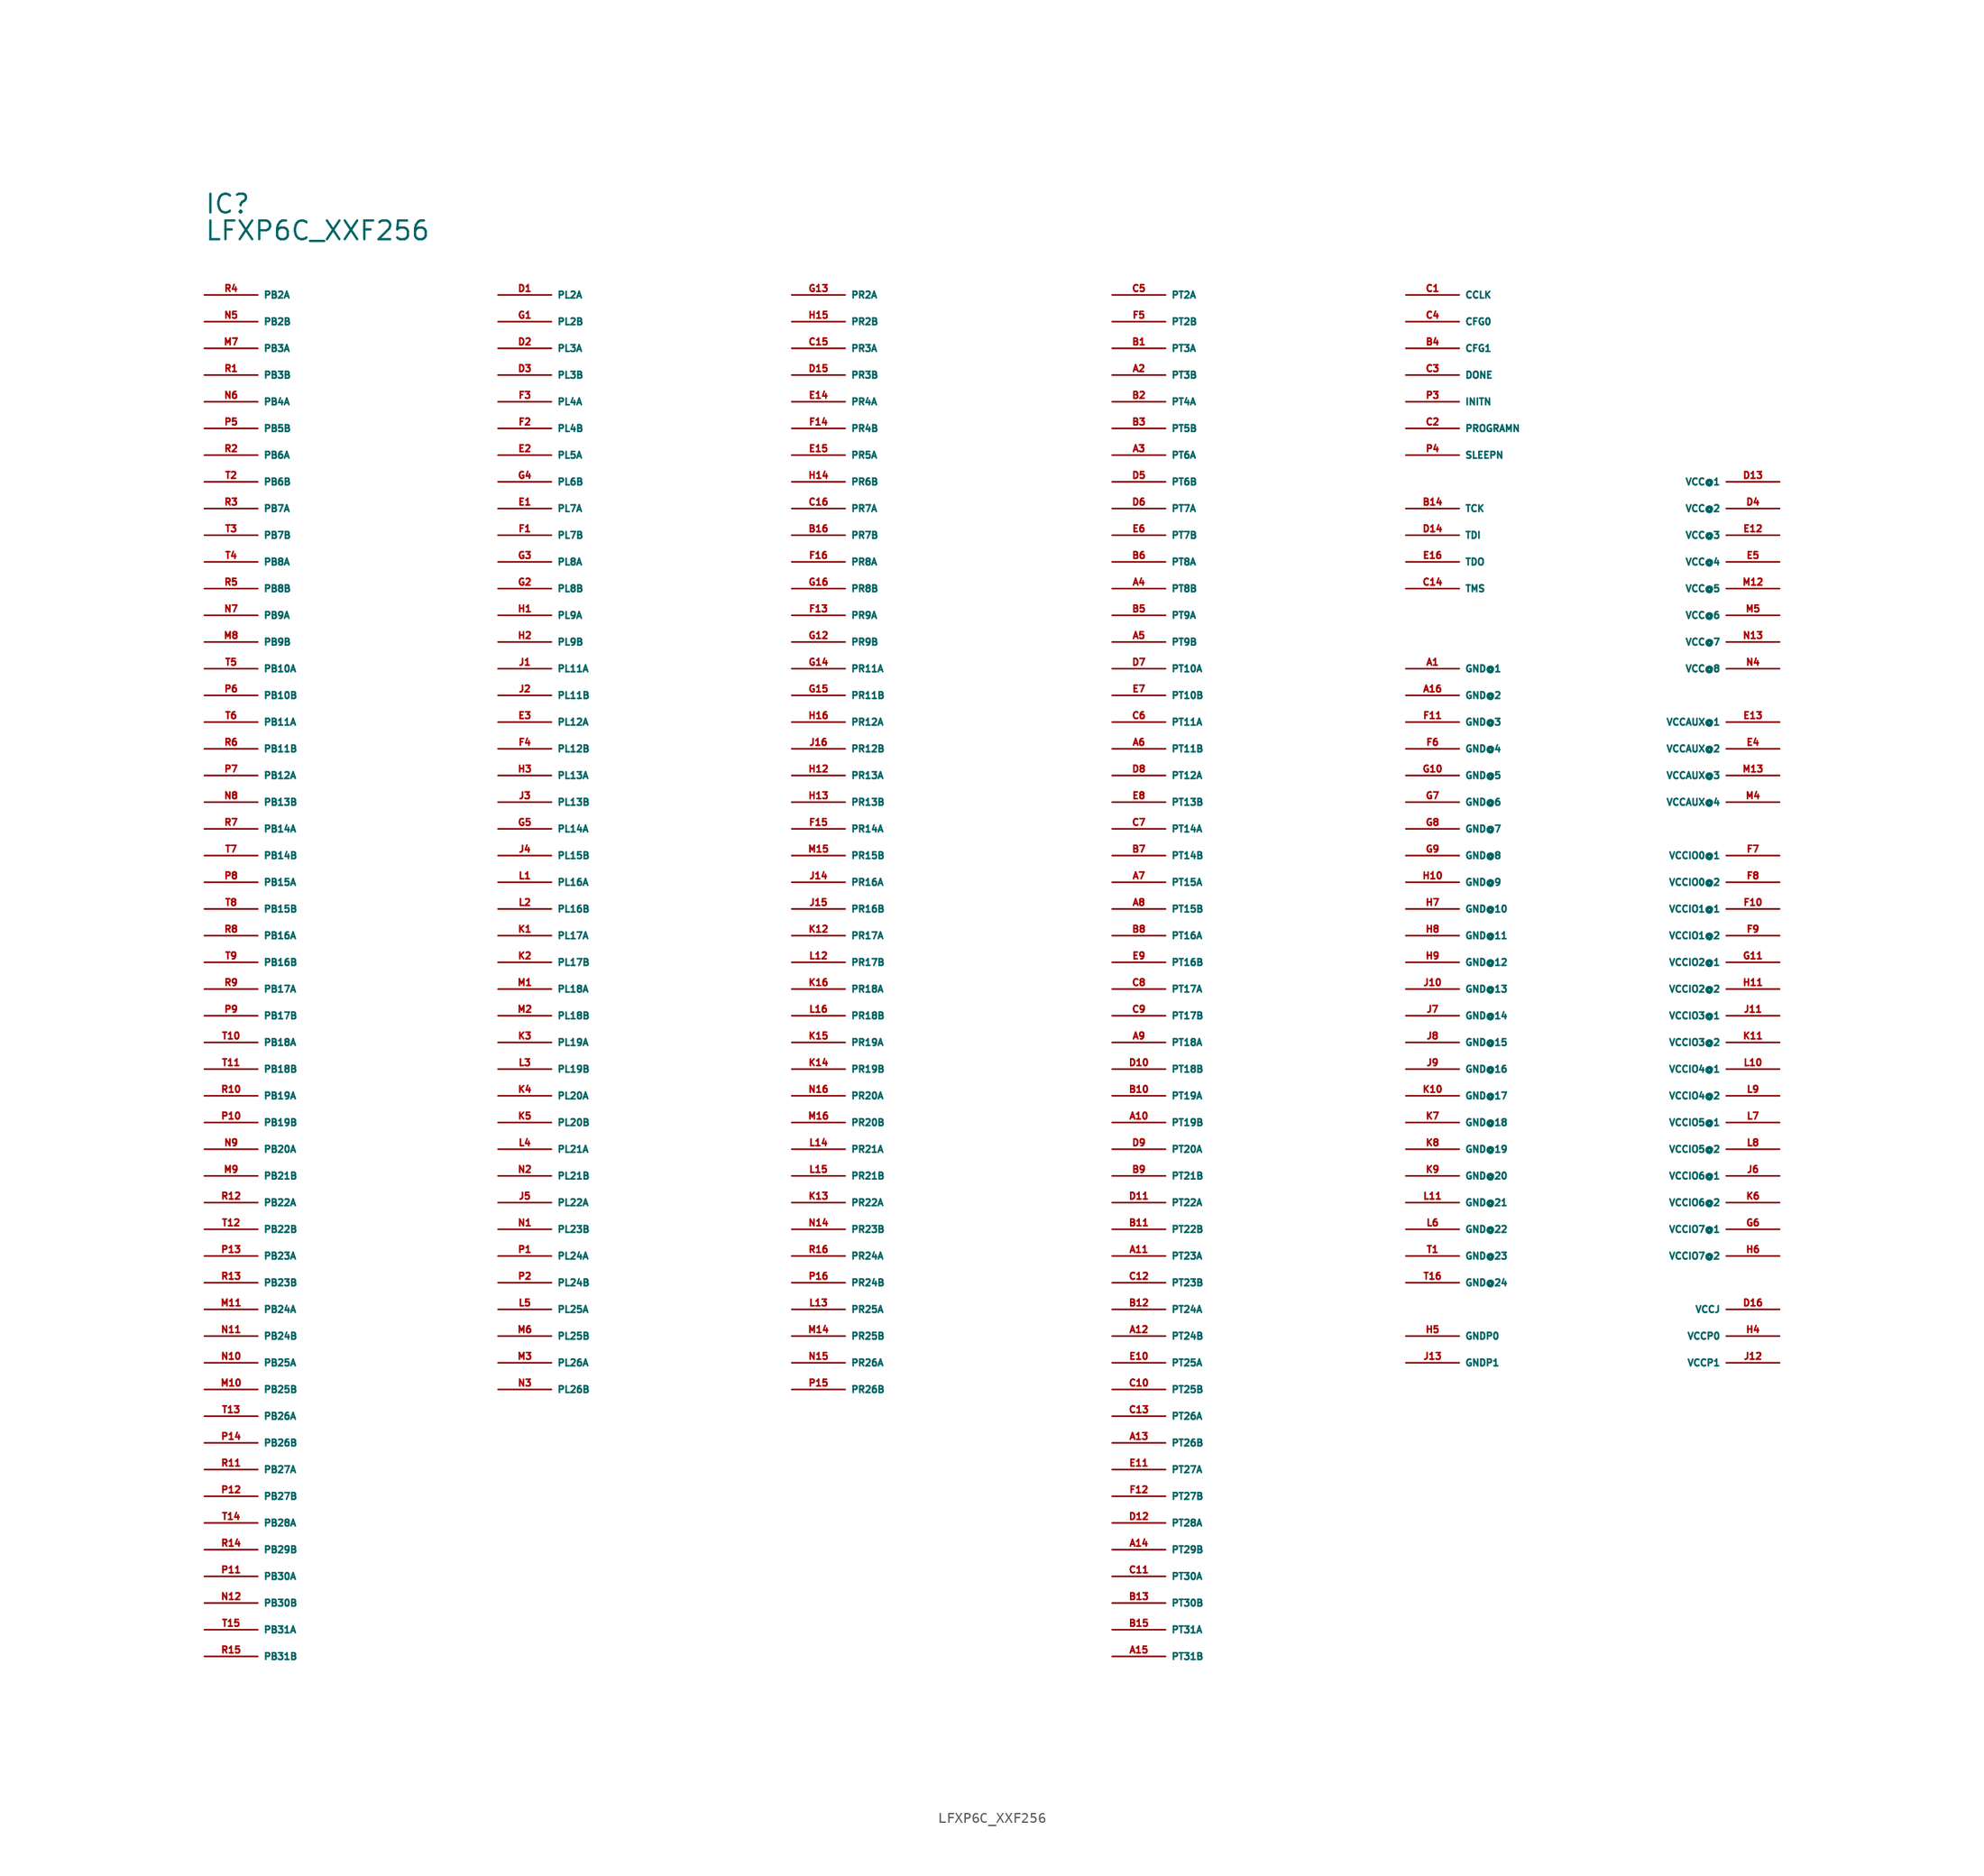
<source format=kicad_sym>
(kicad_symbol_lib
  (version 20220914)
  (generator Eagle2Kicad)
  (symbol "LFXP6C_XXF256"
    (property "Reference" "IC"
      (at -63.5 73.66 0)
      (effects (font (size 1.778 1.778) (thickness 0.22)) (justify left bottom)))
    (property "Value" "LFXP6C_XXF256"
      (at -63.5 71.12 0)
      (effects (font (size 1.778 1.778) (thickness 0.22)) (justify left bottom)))
    (pin input line
      (at 50.8 53.34 0)
      (length 5.08)
      (name "PROGRAMN" (effects (font (size 0.635 0.635) (thickness 0.08)) (justify left bottom)))
      (number "C2" (effects (font (size 0.635 0.635) (thickness 0.08)) (justify left bottom))))
    (pin bidirectional line
      (at 50.8 66.04 0)
      (length 5.08)
      (name "CCLK" (effects (font (size 0.635 0.635) (thickness 0.08)) (justify left bottom)))
      (number "C1" (effects (font (size 0.635 0.635) (thickness 0.08)) (justify left bottom))))
    (pin bidirectional line
      (at -35.56 66.04 0)
      (length 5.08)
      (name "PL2A" (effects (font (size 0.635 0.635) (thickness 0.08)) (justify left bottom)))
      (number "D1" (effects (font (size 0.635 0.635) (thickness 0.08)) (justify left bottom))))
    (pin bidirectional line
      (at -35.56 63.5 0)
      (length 5.08)
      (name "PL2B" (effects (font (size 0.635 0.635) (thickness 0.08)) (justify left bottom)))
      (number "G1" (effects (font (size 0.635 0.635) (thickness 0.08)) (justify left bottom))))
    (pin bidirectional line
      (at -35.56 60.96 0)
      (length 5.08)
      (name "PL3A" (effects (font (size 0.635 0.635) (thickness 0.08)) (justify left bottom)))
      (number "D2" (effects (font (size 0.635 0.635) (thickness 0.08)) (justify left bottom))))
    (pin bidirectional line
      (at -35.56 58.42 0)
      (length 5.08)
      (name "PL3B" (effects (font (size 0.635 0.635) (thickness 0.08)) (justify left bottom)))
      (number "D3" (effects (font (size 0.635 0.635) (thickness 0.08)) (justify left bottom))))
    (pin bidirectional line
      (at -35.56 55.88 0)
      (length 5.08)
      (name "PL4A" (effects (font (size 0.635 0.635) (thickness 0.08)) (justify left bottom)))
      (number "F3" (effects (font (size 0.635 0.635) (thickness 0.08)) (justify left bottom))))
    (pin bidirectional line
      (at -35.56 53.34 0)
      (length 5.08)
      (name "PL4B" (effects (font (size 0.635 0.635) (thickness 0.08)) (justify left bottom)))
      (number "F2" (effects (font (size 0.635 0.635) (thickness 0.08)) (justify left bottom))))
    (pin bidirectional line
      (at -35.56 50.8 0)
      (length 5.08)
      (name "PL5A" (effects (font (size 0.635 0.635) (thickness 0.08)) (justify left bottom)))
      (number "E2" (effects (font (size 0.635 0.635) (thickness 0.08)) (justify left bottom))))
    (pin bidirectional line
      (at -35.56 48.26 0)
      (length 5.08)
      (name "PL6B" (effects (font (size 0.635 0.635) (thickness 0.08)) (justify left bottom)))
      (number "G4" (effects (font (size 0.635 0.635) (thickness 0.08)) (justify left bottom))))
    (pin bidirectional line
      (at -35.56 45.72 0)
      (length 5.08)
      (name "PL7A" (effects (font (size 0.635 0.635) (thickness 0.08)) (justify left bottom)))
      (number "E1" (effects (font (size 0.635 0.635) (thickness 0.08)) (justify left bottom))))
    (pin bidirectional line
      (at -35.56 43.18 0)
      (length 5.08)
      (name "PL7B" (effects (font (size 0.635 0.635) (thickness 0.08)) (justify left bottom)))
      (number "F1" (effects (font (size 0.635 0.635) (thickness 0.08)) (justify left bottom))))
    (pin bidirectional line
      (at -35.56 40.64 0)
      (length 5.08)
      (name "PL8A" (effects (font (size 0.635 0.635) (thickness 0.08)) (justify left bottom)))
      (number "G3" (effects (font (size 0.635 0.635) (thickness 0.08)) (justify left bottom))))
    (pin bidirectional line
      (at -35.56 38.1 0)
      (length 5.08)
      (name "PL8B" (effects (font (size 0.635 0.635) (thickness 0.08)) (justify left bottom)))
      (number "G2" (effects (font (size 0.635 0.635) (thickness 0.08)) (justify left bottom))))
    (pin bidirectional line
      (at -35.56 35.56 0)
      (length 5.08)
      (name "PL9A" (effects (font (size 0.635 0.635) (thickness 0.08)) (justify left bottom)))
      (number "H1" (effects (font (size 0.635 0.635) (thickness 0.08)) (justify left bottom))))
    (pin bidirectional line
      (at -35.56 33.02 0)
      (length 5.08)
      (name "PL9B" (effects (font (size 0.635 0.635) (thickness 0.08)) (justify left bottom)))
      (number "H2" (effects (font (size 0.635 0.635) (thickness 0.08)) (justify left bottom))))
    (pin bidirectional line
      (at -35.56 30.48 0)
      (length 5.08)
      (name "PL11A" (effects (font (size 0.635 0.635) (thickness 0.08)) (justify left bottom)))
      (number "J1" (effects (font (size 0.635 0.635) (thickness 0.08)) (justify left bottom))))
    (pin bidirectional line
      (at -35.56 27.94 0)
      (length 5.08)
      (name "PL11B" (effects (font (size 0.635 0.635) (thickness 0.08)) (justify left bottom)))
      (number "J2" (effects (font (size 0.635 0.635) (thickness 0.08)) (justify left bottom))))
    (pin bidirectional line
      (at -35.56 25.4 0)
      (length 5.08)
      (name "PL12A" (effects (font (size 0.635 0.635) (thickness 0.08)) (justify left bottom)))
      (number "E3" (effects (font (size 0.635 0.635) (thickness 0.08)) (justify left bottom))))
    (pin bidirectional line
      (at -35.56 22.86 0)
      (length 5.08)
      (name "PL12B" (effects (font (size 0.635 0.635) (thickness 0.08)) (justify left bottom)))
      (number "F4" (effects (font (size 0.635 0.635) (thickness 0.08)) (justify left bottom))))
    (pin bidirectional line
      (at -35.56 20.32 0)
      (length 5.08)
      (name "PL13A" (effects (font (size 0.635 0.635) (thickness 0.08)) (justify left bottom)))
      (number "H3" (effects (font (size 0.635 0.635) (thickness 0.08)) (justify left bottom))))
    (pin bidirectional line
      (at -35.56 17.78 0)
      (length 5.08)
      (name "PL13B" (effects (font (size 0.635 0.635) (thickness 0.08)) (justify left bottom)))
      (number "J3" (effects (font (size 0.635 0.635) (thickness 0.08)) (justify left bottom))))
    (pin bidirectional line
      (at -35.56 15.24 0)
      (length 5.08)
      (name "PL14A" (effects (font (size 0.635 0.635) (thickness 0.08)) (justify left bottom)))
      (number "G5" (effects (font (size 0.635 0.635) (thickness 0.08)) (justify left bottom))))
    (pin unspecified line
      (at 86.36 -33.02 180)
      (length 5.08)
      (name "VCCP0" (effects (font (size 0.635 0.635) (thickness 0.08)) (justify left bottom)))
      (number "H4" (effects (font (size 0.635 0.635) (thickness 0.08)) (justify left bottom))))
    (pin unspecified line
      (at 50.8 -33.02 0)
      (length 5.08)
      (name "GNDP0" (effects (font (size 0.635 0.635) (thickness 0.08)) (justify left bottom)))
      (number "H5" (effects (font (size 0.635 0.635) (thickness 0.08)) (justify left bottom))))
    (pin bidirectional line
      (at -35.56 12.7 0)
      (length 5.08)
      (name "PL15B" (effects (font (size 0.635 0.635) (thickness 0.08)) (justify left bottom)))
      (number "J4" (effects (font (size 0.635 0.635) (thickness 0.08)) (justify left bottom))))
    (pin bidirectional line
      (at -35.56 10.16 0)
      (length 5.08)
      (name "PL16A" (effects (font (size 0.635 0.635) (thickness 0.08)) (justify left bottom)))
      (number "L1" (effects (font (size 0.635 0.635) (thickness 0.08)) (justify left bottom))))
    (pin bidirectional line
      (at -35.56 7.62 0)
      (length 5.08)
      (name "PL16B" (effects (font (size 0.635 0.635) (thickness 0.08)) (justify left bottom)))
      (number "L2" (effects (font (size 0.635 0.635) (thickness 0.08)) (justify left bottom))))
    (pin bidirectional line
      (at -35.56 5.08 0)
      (length 5.08)
      (name "PL17A" (effects (font (size 0.635 0.635) (thickness 0.08)) (justify left bottom)))
      (number "K1" (effects (font (size 0.635 0.635) (thickness 0.08)) (justify left bottom))))
    (pin bidirectional line
      (at -35.56 2.54 0)
      (length 5.08)
      (name "PL17B" (effects (font (size 0.635 0.635) (thickness 0.08)) (justify left bottom)))
      (number "K2" (effects (font (size 0.635 0.635) (thickness 0.08)) (justify left bottom))))
    (pin bidirectional line
      (at -35.56 0 0)
      (length 5.08)
      (name "PL18A" (effects (font (size 0.635 0.635) (thickness 0.08)) (justify left bottom)))
      (number "M1" (effects (font (size 0.635 0.635) (thickness 0.08)) (justify left bottom))))
    (pin bidirectional line
      (at -35.56 -2.54 0)
      (length 5.08)
      (name "PL18B" (effects (font (size 0.635 0.635) (thickness 0.08)) (justify left bottom)))
      (number "M2" (effects (font (size 0.635 0.635) (thickness 0.08)) (justify left bottom))))
    (pin bidirectional line
      (at -35.56 -5.08 0)
      (length 5.08)
      (name "PL19A" (effects (font (size 0.635 0.635) (thickness 0.08)) (justify left bottom)))
      (number "K3" (effects (font (size 0.635 0.635) (thickness 0.08)) (justify left bottom))))
    (pin bidirectional line
      (at -35.56 -7.62 0)
      (length 5.08)
      (name "PL19B" (effects (font (size 0.635 0.635) (thickness 0.08)) (justify left bottom)))
      (number "L3" (effects (font (size 0.635 0.635) (thickness 0.08)) (justify left bottom))))
    (pin bidirectional line
      (at -35.56 -10.16 0)
      (length 5.08)
      (name "PL20A" (effects (font (size 0.635 0.635) (thickness 0.08)) (justify left bottom)))
      (number "K4" (effects (font (size 0.635 0.635) (thickness 0.08)) (justify left bottom))))
    (pin bidirectional line
      (at -35.56 -12.7 0)
      (length 5.08)
      (name "PL20B" (effects (font (size 0.635 0.635) (thickness 0.08)) (justify left bottom)))
      (number "K5" (effects (font (size 0.635 0.635) (thickness 0.08)) (justify left bottom))))
    (pin bidirectional line
      (at -35.56 -15.24 0)
      (length 5.08)
      (name "PL21A" (effects (font (size 0.635 0.635) (thickness 0.08)) (justify left bottom)))
      (number "L4" (effects (font (size 0.635 0.635) (thickness 0.08)) (justify left bottom))))
    (pin bidirectional line
      (at -35.56 -17.78 0)
      (length 5.08)
      (name "PL21B" (effects (font (size 0.635 0.635) (thickness 0.08)) (justify left bottom)))
      (number "N2" (effects (font (size 0.635 0.635) (thickness 0.08)) (justify left bottom))))
    (pin bidirectional line
      (at -35.56 -20.32 0)
      (length 5.08)
      (name "PL22A" (effects (font (size 0.635 0.635) (thickness 0.08)) (justify left bottom)))
      (number "J5" (effects (font (size 0.635 0.635) (thickness 0.08)) (justify left bottom))))
    (pin bidirectional line
      (at -35.56 -22.86 0)
      (length 5.08)
      (name "PL23B" (effects (font (size 0.635 0.635) (thickness 0.08)) (justify left bottom)))
      (number "N1" (effects (font (size 0.635 0.635) (thickness 0.08)) (justify left bottom))))
    (pin bidirectional line
      (at -35.56 -25.4 0)
      (length 5.08)
      (name "PL24A" (effects (font (size 0.635 0.635) (thickness 0.08)) (justify left bottom)))
      (number "P1" (effects (font (size 0.635 0.635) (thickness 0.08)) (justify left bottom))))
    (pin bidirectional line
      (at -35.56 -27.94 0)
      (length 5.08)
      (name "PL24B" (effects (font (size 0.635 0.635) (thickness 0.08)) (justify left bottom)))
      (number "P2" (effects (font (size 0.635 0.635) (thickness 0.08)) (justify left bottom))))
    (pin bidirectional line
      (at -35.56 -30.48 0)
      (length 5.08)
      (name "PL25A" (effects (font (size 0.635 0.635) (thickness 0.08)) (justify left bottom)))
      (number "L5" (effects (font (size 0.635 0.635) (thickness 0.08)) (justify left bottom))))
    (pin bidirectional line
      (at -35.56 -33.02 0)
      (length 5.08)
      (name "PL25B" (effects (font (size 0.635 0.635) (thickness 0.08)) (justify left bottom)))
      (number "M6" (effects (font (size 0.635 0.635) (thickness 0.08)) (justify left bottom))))
    (pin bidirectional line
      (at -35.56 -35.56 0)
      (length 5.08)
      (name "PL26A" (effects (font (size 0.635 0.635) (thickness 0.08)) (justify left bottom)))
      (number "M3" (effects (font (size 0.635 0.635) (thickness 0.08)) (justify left bottom))))
    (pin bidirectional line
      (at -35.56 -38.1 0)
      (length 5.08)
      (name "PL26B" (effects (font (size 0.635 0.635) (thickness 0.08)) (justify left bottom)))
      (number "N3" (effects (font (size 0.635 0.635) (thickness 0.08)) (justify left bottom))))
    (pin input line
      (at 50.8 50.8 0)
      (length 5.08)
      (name "SLEEPN" (effects (font (size 0.635 0.635) (thickness 0.08)) (justify left bottom)))
      (number "P4" (effects (font (size 0.635 0.635) (thickness 0.08)) (justify left bottom))))
    (pin bidirectional line
      (at 50.8 55.88 0)
      (length 5.08)
      (name "INITN" (effects (font (size 0.635 0.635) (thickness 0.08)) (justify left bottom)))
      (number "P3" (effects (font (size 0.635 0.635) (thickness 0.08)) (justify left bottom))))
    (pin bidirectional line
      (at -63.5 66.04 0)
      (length 5.08)
      (name "PB2A" (effects (font (size 0.635 0.635) (thickness 0.08)) (justify left bottom)))
      (number "R4" (effects (font (size 0.635 0.635) (thickness 0.08)) (justify left bottom))))
    (pin bidirectional line
      (at -63.5 63.5 0)
      (length 5.08)
      (name "PB2B" (effects (font (size 0.635 0.635) (thickness 0.08)) (justify left bottom)))
      (number "N5" (effects (font (size 0.635 0.635) (thickness 0.08)) (justify left bottom))))
    (pin bidirectional line
      (at -63.5 60.96 0)
      (length 5.08)
      (name "PB3A" (effects (font (size 0.635 0.635) (thickness 0.08)) (justify left bottom)))
      (number "M7" (effects (font (size 0.635 0.635) (thickness 0.08)) (justify left bottom))))
    (pin bidirectional line
      (at -63.5 58.42 0)
      (length 5.08)
      (name "PB3B" (effects (font (size 0.635 0.635) (thickness 0.08)) (justify left bottom)))
      (number "R1" (effects (font (size 0.635 0.635) (thickness 0.08)) (justify left bottom))))
    (pin bidirectional line
      (at -63.5 55.88 0)
      (length 5.08)
      (name "PB4A" (effects (font (size 0.635 0.635) (thickness 0.08)) (justify left bottom)))
      (number "N6" (effects (font (size 0.635 0.635) (thickness 0.08)) (justify left bottom))))
    (pin bidirectional line
      (at -63.5 53.34 0)
      (length 5.08)
      (name "PB5B" (effects (font (size 0.635 0.635) (thickness 0.08)) (justify left bottom)))
      (number "P5" (effects (font (size 0.635 0.635) (thickness 0.08)) (justify left bottom))))
    (pin bidirectional line
      (at -63.5 50.8 0)
      (length 5.08)
      (name "PB6A" (effects (font (size 0.635 0.635) (thickness 0.08)) (justify left bottom)))
      (number "R2" (effects (font (size 0.635 0.635) (thickness 0.08)) (justify left bottom))))
    (pin bidirectional line
      (at -63.5 48.26 0)
      (length 5.08)
      (name "PB6B" (effects (font (size 0.635 0.635) (thickness 0.08)) (justify left bottom)))
      (number "T2" (effects (font (size 0.635 0.635) (thickness 0.08)) (justify left bottom))))
    (pin bidirectional line
      (at -63.5 45.72 0)
      (length 5.08)
      (name "PB7A" (effects (font (size 0.635 0.635) (thickness 0.08)) (justify left bottom)))
      (number "R3" (effects (font (size 0.635 0.635) (thickness 0.08)) (justify left bottom))))
    (pin bidirectional line
      (at -63.5 43.18 0)
      (length 5.08)
      (name "PB7B" (effects (font (size 0.635 0.635) (thickness 0.08)) (justify left bottom)))
      (number "T3" (effects (font (size 0.635 0.635) (thickness 0.08)) (justify left bottom))))
    (pin bidirectional line
      (at -63.5 40.64 0)
      (length 5.08)
      (name "PB8A" (effects (font (size 0.635 0.635) (thickness 0.08)) (justify left bottom)))
      (number "T4" (effects (font (size 0.635 0.635) (thickness 0.08)) (justify left bottom))))
    (pin bidirectional line
      (at -63.5 38.1 0)
      (length 5.08)
      (name "PB8B" (effects (font (size 0.635 0.635) (thickness 0.08)) (justify left bottom)))
      (number "R5" (effects (font (size 0.635 0.635) (thickness 0.08)) (justify left bottom))))
    (pin bidirectional line
      (at -63.5 35.56 0)
      (length 5.08)
      (name "PB9A" (effects (font (size 0.635 0.635) (thickness 0.08)) (justify left bottom)))
      (number "N7" (effects (font (size 0.635 0.635) (thickness 0.08)) (justify left bottom))))
    (pin bidirectional line
      (at -63.5 33.02 0)
      (length 5.08)
      (name "PB9B" (effects (font (size 0.635 0.635) (thickness 0.08)) (justify left bottom)))
      (number "M8" (effects (font (size 0.635 0.635) (thickness 0.08)) (justify left bottom))))
    (pin bidirectional line
      (at -63.5 30.48 0)
      (length 5.08)
      (name "PB10A" (effects (font (size 0.635 0.635) (thickness 0.08)) (justify left bottom)))
      (number "T5" (effects (font (size 0.635 0.635) (thickness 0.08)) (justify left bottom))))
    (pin bidirectional line
      (at -63.5 27.94 0)
      (length 5.08)
      (name "PB10B" (effects (font (size 0.635 0.635) (thickness 0.08)) (justify left bottom)))
      (number "P6" (effects (font (size 0.635 0.635) (thickness 0.08)) (justify left bottom))))
    (pin bidirectional line
      (at -63.5 25.4 0)
      (length 5.08)
      (name "PB11A" (effects (font (size 0.635 0.635) (thickness 0.08)) (justify left bottom)))
      (number "T6" (effects (font (size 0.635 0.635) (thickness 0.08)) (justify left bottom))))
    (pin bidirectional line
      (at -63.5 22.86 0)
      (length 5.08)
      (name "PB11B" (effects (font (size 0.635 0.635) (thickness 0.08)) (justify left bottom)))
      (number "R6" (effects (font (size 0.635 0.635) (thickness 0.08)) (justify left bottom))))
    (pin bidirectional line
      (at -63.5 20.32 0)
      (length 5.08)
      (name "PB12A" (effects (font (size 0.635 0.635) (thickness 0.08)) (justify left bottom)))
      (number "P7" (effects (font (size 0.635 0.635) (thickness 0.08)) (justify left bottom))))
    (pin bidirectional line
      (at -63.5 17.78 0)
      (length 5.08)
      (name "PB13B" (effects (font (size 0.635 0.635) (thickness 0.08)) (justify left bottom)))
      (number "N8" (effects (font (size 0.635 0.635) (thickness 0.08)) (justify left bottom))))
    (pin bidirectional line
      (at -63.5 15.24 0)
      (length 5.08)
      (name "PB14A" (effects (font (size 0.635 0.635) (thickness 0.08)) (justify left bottom)))
      (number "R7" (effects (font (size 0.635 0.635) (thickness 0.08)) (justify left bottom))))
    (pin bidirectional line
      (at -63.5 12.7 0)
      (length 5.08)
      (name "PB14B" (effects (font (size 0.635 0.635) (thickness 0.08)) (justify left bottom)))
      (number "T7" (effects (font (size 0.635 0.635) (thickness 0.08)) (justify left bottom))))
    (pin bidirectional line
      (at -63.5 10.16 0)
      (length 5.08)
      (name "PB15A" (effects (font (size 0.635 0.635) (thickness 0.08)) (justify left bottom)))
      (number "P8" (effects (font (size 0.635 0.635) (thickness 0.08)) (justify left bottom))))
    (pin bidirectional line
      (at -63.5 7.62 0)
      (length 5.08)
      (name "PB15B" (effects (font (size 0.635 0.635) (thickness 0.08)) (justify left bottom)))
      (number "T8" (effects (font (size 0.635 0.635) (thickness 0.08)) (justify left bottom))))
    (pin bidirectional line
      (at -63.5 5.08 0)
      (length 5.08)
      (name "PB16A" (effects (font (size 0.635 0.635) (thickness 0.08)) (justify left bottom)))
      (number "R8" (effects (font (size 0.635 0.635) (thickness 0.08)) (justify left bottom))))
    (pin bidirectional line
      (at -63.5 2.54 0)
      (length 5.08)
      (name "PB16B" (effects (font (size 0.635 0.635) (thickness 0.08)) (justify left bottom)))
      (number "T9" (effects (font (size 0.635 0.635) (thickness 0.08)) (justify left bottom))))
    (pin bidirectional line
      (at -63.5 0 0)
      (length 5.08)
      (name "PB17A" (effects (font (size 0.635 0.635) (thickness 0.08)) (justify left bottom)))
      (number "R9" (effects (font (size 0.635 0.635) (thickness 0.08)) (justify left bottom))))
    (pin bidirectional line
      (at -63.5 -2.54 0)
      (length 5.08)
      (name "PB17B" (effects (font (size 0.635 0.635) (thickness 0.08)) (justify left bottom)))
      (number "P9" (effects (font (size 0.635 0.635) (thickness 0.08)) (justify left bottom))))
    (pin bidirectional line
      (at -63.5 -5.08 0)
      (length 5.08)
      (name "PB18A" (effects (font (size 0.635 0.635) (thickness 0.08)) (justify left bottom)))
      (number "T10" (effects (font (size 0.635 0.635) (thickness 0.08)) (justify left bottom))))
    (pin bidirectional line
      (at -63.5 -7.62 0)
      (length 5.08)
      (name "PB18B" (effects (font (size 0.635 0.635) (thickness 0.08)) (justify left bottom)))
      (number "T11" (effects (font (size 0.635 0.635) (thickness 0.08)) (justify left bottom))))
    (pin bidirectional line
      (at -63.5 -10.16 0)
      (length 5.08)
      (name "PB19A" (effects (font (size 0.635 0.635) (thickness 0.08)) (justify left bottom)))
      (number "R10" (effects (font (size 0.635 0.635) (thickness 0.08)) (justify left bottom))))
    (pin bidirectional line
      (at -63.5 -12.7 0)
      (length 5.08)
      (name "PB19B" (effects (font (size 0.635 0.635) (thickness 0.08)) (justify left bottom)))
      (number "P10" (effects (font (size 0.635 0.635) (thickness 0.08)) (justify left bottom))))
    (pin bidirectional line
      (at -63.5 -15.24 0)
      (length 5.08)
      (name "PB20A" (effects (font (size 0.635 0.635) (thickness 0.08)) (justify left bottom)))
      (number "N9" (effects (font (size 0.635 0.635) (thickness 0.08)) (justify left bottom))))
    (pin bidirectional line
      (at -63.5 -17.78 0)
      (length 5.08)
      (name "PB21B" (effects (font (size 0.635 0.635) (thickness 0.08)) (justify left bottom)))
      (number "M9" (effects (font (size 0.635 0.635) (thickness 0.08)) (justify left bottom))))
    (pin bidirectional line
      (at -63.5 -20.32 0)
      (length 5.08)
      (name "PB22A" (effects (font (size 0.635 0.635) (thickness 0.08)) (justify left bottom)))
      (number "R12" (effects (font (size 0.635 0.635) (thickness 0.08)) (justify left bottom))))
    (pin bidirectional line
      (at -63.5 -22.86 0)
      (length 5.08)
      (name "PB22B" (effects (font (size 0.635 0.635) (thickness 0.08)) (justify left bottom)))
      (number "T12" (effects (font (size 0.635 0.635) (thickness 0.08)) (justify left bottom))))
    (pin bidirectional line
      (at -63.5 -25.4 0)
      (length 5.08)
      (name "PB23A" (effects (font (size 0.635 0.635) (thickness 0.08)) (justify left bottom)))
      (number "P13" (effects (font (size 0.635 0.635) (thickness 0.08)) (justify left bottom))))
    (pin bidirectional line
      (at -63.5 -27.94 0)
      (length 5.08)
      (name "PB23B" (effects (font (size 0.635 0.635) (thickness 0.08)) (justify left bottom)))
      (number "R13" (effects (font (size 0.635 0.635) (thickness 0.08)) (justify left bottom))))
    (pin bidirectional line
      (at -63.5 -30.48 0)
      (length 5.08)
      (name "PB24A" (effects (font (size 0.635 0.635) (thickness 0.08)) (justify left bottom)))
      (number "M11" (effects (font (size 0.635 0.635) (thickness 0.08)) (justify left bottom))))
    (pin bidirectional line
      (at -63.5 -33.02 0)
      (length 5.08)
      (name "PB24B" (effects (font (size 0.635 0.635) (thickness 0.08)) (justify left bottom)))
      (number "N11" (effects (font (size 0.635 0.635) (thickness 0.08)) (justify left bottom))))
    (pin bidirectional line
      (at -63.5 -35.56 0)
      (length 5.08)
      (name "PB25A" (effects (font (size 0.635 0.635) (thickness 0.08)) (justify left bottom)))
      (number "N10" (effects (font (size 0.635 0.635) (thickness 0.08)) (justify left bottom))))
    (pin bidirectional line
      (at -63.5 -38.1 0)
      (length 5.08)
      (name "PB25B" (effects (font (size 0.635 0.635) (thickness 0.08)) (justify left bottom)))
      (number "M10" (effects (font (size 0.635 0.635) (thickness 0.08)) (justify left bottom))))
    (pin bidirectional line
      (at -63.5 -40.64 0)
      (length 5.08)
      (name "PB26A" (effects (font (size 0.635 0.635) (thickness 0.08)) (justify left bottom)))
      (number "T13" (effects (font (size 0.635 0.635) (thickness 0.08)) (justify left bottom))))
    (pin bidirectional line
      (at -63.5 -43.18 0)
      (length 5.08)
      (name "PB26B" (effects (font (size 0.635 0.635) (thickness 0.08)) (justify left bottom)))
      (number "P14" (effects (font (size 0.635 0.635) (thickness 0.08)) (justify left bottom))))
    (pin bidirectional line
      (at -63.5 -45.72 0)
      (length 5.08)
      (name "PB27A" (effects (font (size 0.635 0.635) (thickness 0.08)) (justify left bottom)))
      (number "R11" (effects (font (size 0.635 0.635) (thickness 0.08)) (justify left bottom))))
    (pin bidirectional line
      (at -63.5 -48.26 0)
      (length 5.08)
      (name "PB27B" (effects (font (size 0.635 0.635) (thickness 0.08)) (justify left bottom)))
      (number "P12" (effects (font (size 0.635 0.635) (thickness 0.08)) (justify left bottom))))
    (pin bidirectional line
      (at -63.5 -50.8 0)
      (length 5.08)
      (name "PB28A" (effects (font (size 0.635 0.635) (thickness 0.08)) (justify left bottom)))
      (number "T14" (effects (font (size 0.635 0.635) (thickness 0.08)) (justify left bottom))))
    (pin bidirectional line
      (at -63.5 -53.34 0)
      (length 5.08)
      (name "PB29B" (effects (font (size 0.635 0.635) (thickness 0.08)) (justify left bottom)))
      (number "R14" (effects (font (size 0.635 0.635) (thickness 0.08)) (justify left bottom))))
    (pin bidirectional line
      (at -63.5 -55.88 0)
      (length 5.08)
      (name "PB30A" (effects (font (size 0.635 0.635) (thickness 0.08)) (justify left bottom)))
      (number "P11" (effects (font (size 0.635 0.635) (thickness 0.08)) (justify left bottom))))
    (pin bidirectional line
      (at -63.5 -58.42 0)
      (length 5.08)
      (name "PB30B" (effects (font (size 0.635 0.635) (thickness 0.08)) (justify left bottom)))
      (number "N12" (effects (font (size 0.635 0.635) (thickness 0.08)) (justify left bottom))))
    (pin bidirectional line
      (at -63.5 -60.96 0)
      (length 5.08)
      (name "PB31A" (effects (font (size 0.635 0.635) (thickness 0.08)) (justify left bottom)))
      (number "T15" (effects (font (size 0.635 0.635) (thickness 0.08)) (justify left bottom))))
    (pin bidirectional line
      (at -63.5 -63.5 0)
      (length 5.08)
      (name "PB31B" (effects (font (size 0.635 0.635) (thickness 0.08)) (justify left bottom)))
      (number "R15" (effects (font (size 0.635 0.635) (thickness 0.08)) (justify left bottom))))
    (pin bidirectional line
      (at -7.62 -38.1 0)
      (length 5.08)
      (name "PR26B" (effects (font (size 0.635 0.635) (thickness 0.08)) (justify left bottom)))
      (number "P15" (effects (font (size 0.635 0.635) (thickness 0.08)) (justify left bottom))))
    (pin bidirectional line
      (at -7.62 -35.56 0)
      (length 5.08)
      (name "PR26A" (effects (font (size 0.635 0.635) (thickness 0.08)) (justify left bottom)))
      (number "N15" (effects (font (size 0.635 0.635) (thickness 0.08)) (justify left bottom))))
    (pin bidirectional line
      (at -7.62 -33.02 0)
      (length 5.08)
      (name "PR25B" (effects (font (size 0.635 0.635) (thickness 0.08)) (justify left bottom)))
      (number "M14" (effects (font (size 0.635 0.635) (thickness 0.08)) (justify left bottom))))
    (pin bidirectional line
      (at -7.62 -30.48 0)
      (length 5.08)
      (name "PR25A" (effects (font (size 0.635 0.635) (thickness 0.08)) (justify left bottom)))
      (number "L13" (effects (font (size 0.635 0.635) (thickness 0.08)) (justify left bottom))))
    (pin bidirectional line
      (at -7.62 -27.94 0)
      (length 5.08)
      (name "PR24B" (effects (font (size 0.635 0.635) (thickness 0.08)) (justify left bottom)))
      (number "P16" (effects (font (size 0.635 0.635) (thickness 0.08)) (justify left bottom))))
    (pin bidirectional line
      (at -7.62 -25.4 0)
      (length 5.08)
      (name "PR24A" (effects (font (size 0.635 0.635) (thickness 0.08)) (justify left bottom)))
      (number "R16" (effects (font (size 0.635 0.635) (thickness 0.08)) (justify left bottom))))
    (pin bidirectional line
      (at -7.62 -22.86 0)
      (length 5.08)
      (name "PR23B" (effects (font (size 0.635 0.635) (thickness 0.08)) (justify left bottom)))
      (number "N14" (effects (font (size 0.635 0.635) (thickness 0.08)) (justify left bottom))))
    (pin bidirectional line
      (at -7.62 -20.32 0)
      (length 5.08)
      (name "PR22A" (effects (font (size 0.635 0.635) (thickness 0.08)) (justify left bottom)))
      (number "K13" (effects (font (size 0.635 0.635) (thickness 0.08)) (justify left bottom))))
    (pin bidirectional line
      (at -7.62 -17.78 0)
      (length 5.08)
      (name "PR21B" (effects (font (size 0.635 0.635) (thickness 0.08)) (justify left bottom)))
      (number "L15" (effects (font (size 0.635 0.635) (thickness 0.08)) (justify left bottom))))
    (pin bidirectional line
      (at -7.62 -15.24 0)
      (length 5.08)
      (name "PR21A" (effects (font (size 0.635 0.635) (thickness 0.08)) (justify left bottom)))
      (number "L14" (effects (font (size 0.635 0.635) (thickness 0.08)) (justify left bottom))))
    (pin bidirectional line
      (at -7.62 -12.7 0)
      (length 5.08)
      (name "PR20B" (effects (font (size 0.635 0.635) (thickness 0.08)) (justify left bottom)))
      (number "M16" (effects (font (size 0.635 0.635) (thickness 0.08)) (justify left bottom))))
    (pin bidirectional line
      (at -7.62 -10.16 0)
      (length 5.08)
      (name "PR20A" (effects (font (size 0.635 0.635) (thickness 0.08)) (justify left bottom)))
      (number "N16" (effects (font (size 0.635 0.635) (thickness 0.08)) (justify left bottom))))
    (pin bidirectional line
      (at -7.62 -7.62 0)
      (length 5.08)
      (name "PR19B" (effects (font (size 0.635 0.635) (thickness 0.08)) (justify left bottom)))
      (number "K14" (effects (font (size 0.635 0.635) (thickness 0.08)) (justify left bottom))))
    (pin bidirectional line
      (at -7.62 -5.08 0)
      (length 5.08)
      (name "PR19A" (effects (font (size 0.635 0.635) (thickness 0.08)) (justify left bottom)))
      (number "K15" (effects (font (size 0.635 0.635) (thickness 0.08)) (justify left bottom))))
    (pin bidirectional line
      (at -7.62 -2.54 0)
      (length 5.08)
      (name "PR18B" (effects (font (size 0.635 0.635) (thickness 0.08)) (justify left bottom)))
      (number "L16" (effects (font (size 0.635 0.635) (thickness 0.08)) (justify left bottom))))
    (pin bidirectional line
      (at -7.62 0 0)
      (length 5.08)
      (name "PR18A" (effects (font (size 0.635 0.635) (thickness 0.08)) (justify left bottom)))
      (number "K16" (effects (font (size 0.635 0.635) (thickness 0.08)) (justify left bottom))))
    (pin bidirectional line
      (at -7.62 2.54 0)
      (length 5.08)
      (name "PR17B" (effects (font (size 0.635 0.635) (thickness 0.08)) (justify left bottom)))
      (number "L12" (effects (font (size 0.635 0.635) (thickness 0.08)) (justify left bottom))))
    (pin bidirectional line
      (at -7.62 5.08 0)
      (length 5.08)
      (name "PR17A" (effects (font (size 0.635 0.635) (thickness 0.08)) (justify left bottom)))
      (number "K12" (effects (font (size 0.635 0.635) (thickness 0.08)) (justify left bottom))))
    (pin bidirectional line
      (at -7.62 7.62 0)
      (length 5.08)
      (name "PR16B" (effects (font (size 0.635 0.635) (thickness 0.08)) (justify left bottom)))
      (number "J15" (effects (font (size 0.635 0.635) (thickness 0.08)) (justify left bottom))))
    (pin bidirectional line
      (at -7.62 10.16 0)
      (length 5.08)
      (name "PR16A" (effects (font (size 0.635 0.635) (thickness 0.08)) (justify left bottom)))
      (number "J14" (effects (font (size 0.635 0.635) (thickness 0.08)) (justify left bottom))))
    (pin bidirectional line
      (at -7.62 12.7 0)
      (length 5.08)
      (name "PR15B" (effects (font (size 0.635 0.635) (thickness 0.08)) (justify left bottom)))
      (number "M15" (effects (font (size 0.635 0.635) (thickness 0.08)) (justify left bottom))))
    (pin unspecified line
      (at 50.8 -35.56 0)
      (length 5.08)
      (name "GNDP1" (effects (font (size 0.635 0.635) (thickness 0.08)) (justify left bottom)))
      (number "J13" (effects (font (size 0.635 0.635) (thickness 0.08)) (justify left bottom))))
    (pin unspecified line
      (at 86.36 -35.56 180)
      (length 5.08)
      (name "VCCP1" (effects (font (size 0.635 0.635) (thickness 0.08)) (justify left bottom)))
      (number "J12" (effects (font (size 0.635 0.635) (thickness 0.08)) (justify left bottom))))
    (pin bidirectional line
      (at -7.62 15.24 0)
      (length 5.08)
      (name "PR14A" (effects (font (size 0.635 0.635) (thickness 0.08)) (justify left bottom)))
      (number "F15" (effects (font (size 0.635 0.635) (thickness 0.08)) (justify left bottom))))
    (pin bidirectional line
      (at -7.62 17.78 0)
      (length 5.08)
      (name "PR13B" (effects (font (size 0.635 0.635) (thickness 0.08)) (justify left bottom)))
      (number "H13" (effects (font (size 0.635 0.635) (thickness 0.08)) (justify left bottom))))
    (pin bidirectional line
      (at -7.62 20.32 0)
      (length 5.08)
      (name "PR13A" (effects (font (size 0.635 0.635) (thickness 0.08)) (justify left bottom)))
      (number "H12" (effects (font (size 0.635 0.635) (thickness 0.08)) (justify left bottom))))
    (pin bidirectional line
      (at -7.62 22.86 0)
      (length 5.08)
      (name "PR12B" (effects (font (size 0.635 0.635) (thickness 0.08)) (justify left bottom)))
      (number "J16" (effects (font (size 0.635 0.635) (thickness 0.08)) (justify left bottom))))
    (pin bidirectional line
      (at -7.62 25.4 0)
      (length 5.08)
      (name "PR12A" (effects (font (size 0.635 0.635) (thickness 0.08)) (justify left bottom)))
      (number "H16" (effects (font (size 0.635 0.635) (thickness 0.08)) (justify left bottom))))
    (pin bidirectional line
      (at -7.62 27.94 0)
      (length 5.08)
      (name "PR11B" (effects (font (size 0.635 0.635) (thickness 0.08)) (justify left bottom)))
      (number "G15" (effects (font (size 0.635 0.635) (thickness 0.08)) (justify left bottom))))
    (pin bidirectional line
      (at -7.62 30.48 0)
      (length 5.08)
      (name "PR11A" (effects (font (size 0.635 0.635) (thickness 0.08)) (justify left bottom)))
      (number "G14" (effects (font (size 0.635 0.635) (thickness 0.08)) (justify left bottom))))
    (pin bidirectional line
      (at -7.62 33.02 0)
      (length 5.08)
      (name "PR9B" (effects (font (size 0.635 0.635) (thickness 0.08)) (justify left bottom)))
      (number "G12" (effects (font (size 0.635 0.635) (thickness 0.08)) (justify left bottom))))
    (pin bidirectional line
      (at -7.62 35.56 0)
      (length 5.08)
      (name "PR9A" (effects (font (size 0.635 0.635) (thickness 0.08)) (justify left bottom)))
      (number "F13" (effects (font (size 0.635 0.635) (thickness 0.08)) (justify left bottom))))
    (pin bidirectional line
      (at -7.62 38.1 0)
      (length 5.08)
      (name "PR8B" (effects (font (size 0.635 0.635) (thickness 0.08)) (justify left bottom)))
      (number "G16" (effects (font (size 0.635 0.635) (thickness 0.08)) (justify left bottom))))
    (pin bidirectional line
      (at -7.62 40.64 0)
      (length 5.08)
      (name "PR8A" (effects (font (size 0.635 0.635) (thickness 0.08)) (justify left bottom)))
      (number "F16" (effects (font (size 0.635 0.635) (thickness 0.08)) (justify left bottom))))
    (pin bidirectional line
      (at -7.62 43.18 0)
      (length 5.08)
      (name "PR7B" (effects (font (size 0.635 0.635) (thickness 0.08)) (justify left bottom)))
      (number "B16" (effects (font (size 0.635 0.635) (thickness 0.08)) (justify left bottom))))
    (pin bidirectional line
      (at -7.62 45.72 0)
      (length 5.08)
      (name "PR7A" (effects (font (size 0.635 0.635) (thickness 0.08)) (justify left bottom)))
      (number "C16" (effects (font (size 0.635 0.635) (thickness 0.08)) (justify left bottom))))
    (pin bidirectional line
      (at -7.62 48.26 0)
      (length 5.08)
      (name "PR6B" (effects (font (size 0.635 0.635) (thickness 0.08)) (justify left bottom)))
      (number "H14" (effects (font (size 0.635 0.635) (thickness 0.08)) (justify left bottom))))
    (pin bidirectional line
      (at -7.62 50.8 0)
      (length 5.08)
      (name "PR5A" (effects (font (size 0.635 0.635) (thickness 0.08)) (justify left bottom)))
      (number "E15" (effects (font (size 0.635 0.635) (thickness 0.08)) (justify left bottom))))
    (pin bidirectional line
      (at -7.62 53.34 0)
      (length 5.08)
      (name "PR4B" (effects (font (size 0.635 0.635) (thickness 0.08)) (justify left bottom)))
      (number "F14" (effects (font (size 0.635 0.635) (thickness 0.08)) (justify left bottom))))
    (pin bidirectional line
      (at -7.62 55.88 0)
      (length 5.08)
      (name "PR4A" (effects (font (size 0.635 0.635) (thickness 0.08)) (justify left bottom)))
      (number "E14" (effects (font (size 0.635 0.635) (thickness 0.08)) (justify left bottom))))
    (pin bidirectional line
      (at -7.62 58.42 0)
      (length 5.08)
      (name "PR3B" (effects (font (size 0.635 0.635) (thickness 0.08)) (justify left bottom)))
      (number "D15" (effects (font (size 0.635 0.635) (thickness 0.08)) (justify left bottom))))
    (pin bidirectional line
      (at -7.62 60.96 0)
      (length 5.08)
      (name "PR3A" (effects (font (size 0.635 0.635) (thickness 0.08)) (justify left bottom)))
      (number "C15" (effects (font (size 0.635 0.635) (thickness 0.08)) (justify left bottom))))
    (pin bidirectional line
      (at -7.62 63.5 0)
      (length 5.08)
      (name "PR2B" (effects (font (size 0.635 0.635) (thickness 0.08)) (justify left bottom)))
      (number "H15" (effects (font (size 0.635 0.635) (thickness 0.08)) (justify left bottom))))
    (pin bidirectional line
      (at -7.62 66.04 0)
      (length 5.08)
      (name "PR2A" (effects (font (size 0.635 0.635) (thickness 0.08)) (justify left bottom)))
      (number "G13" (effects (font (size 0.635 0.635) (thickness 0.08)) (justify left bottom))))
    (pin output line
      (at 50.8 40.64 0)
      (length 5.08)
      (name "TDO" (effects (font (size 0.635 0.635) (thickness 0.08)) (justify left bottom)))
      (number "E16" (effects (font (size 0.635 0.635) (thickness 0.08)) (justify left bottom))))
    (pin unspecified line
      (at 86.36 -30.48 180)
      (length 5.08)
      (name "VCCJ" (effects (font (size 0.635 0.635) (thickness 0.08)) (justify left bottom)))
      (number "D16" (effects (font (size 0.635 0.635) (thickness 0.08)) (justify left bottom))))
    (pin input line
      (at 50.8 43.18 0)
      (length 5.08)
      (name "TDI" (effects (font (size 0.635 0.635) (thickness 0.08)) (justify left bottom)))
      (number "D14" (effects (font (size 0.635 0.635) (thickness 0.08)) (justify left bottom))))
    (pin input line
      (at 50.8 38.1 0)
      (length 5.08)
      (name "TMS" (effects (font (size 0.635 0.635) (thickness 0.08)) (justify left bottom)))
      (number "C14" (effects (font (size 0.635 0.635) (thickness 0.08)) (justify left bottom))))
    (pin input line
      (at 50.8 45.72 0)
      (length 5.08)
      (name "TCK" (effects (font (size 0.635 0.635) (thickness 0.08)) (justify left bottom)))
      (number "B14" (effects (font (size 0.635 0.635) (thickness 0.08)) (justify left bottom))))
    (pin bidirectional line
      (at 22.86 -63.5 0)
      (length 5.08)
      (name "PT31B" (effects (font (size 0.635 0.635) (thickness 0.08)) (justify left bottom)))
      (number "A15" (effects (font (size 0.635 0.635) (thickness 0.08)) (justify left bottom))))
    (pin bidirectional line
      (at 22.86 -60.96 0)
      (length 5.08)
      (name "PT31A" (effects (font (size 0.635 0.635) (thickness 0.08)) (justify left bottom)))
      (number "B15" (effects (font (size 0.635 0.635) (thickness 0.08)) (justify left bottom))))
    (pin bidirectional line
      (at 22.86 -58.42 0)
      (length 5.08)
      (name "PT30B" (effects (font (size 0.635 0.635) (thickness 0.08)) (justify left bottom)))
      (number "B13" (effects (font (size 0.635 0.635) (thickness 0.08)) (justify left bottom))))
    (pin bidirectional line
      (at 22.86 -55.88 0)
      (length 5.08)
      (name "PT30A" (effects (font (size 0.635 0.635) (thickness 0.08)) (justify left bottom)))
      (number "C11" (effects (font (size 0.635 0.635) (thickness 0.08)) (justify left bottom))))
    (pin bidirectional line
      (at 22.86 -53.34 0)
      (length 5.08)
      (name "PT29B" (effects (font (size 0.635 0.635) (thickness 0.08)) (justify left bottom)))
      (number "A14" (effects (font (size 0.635 0.635) (thickness 0.08)) (justify left bottom))))
    (pin bidirectional line
      (at 22.86 -50.8 0)
      (length 5.08)
      (name "PT28A" (effects (font (size 0.635 0.635) (thickness 0.08)) (justify left bottom)))
      (number "D12" (effects (font (size 0.635 0.635) (thickness 0.08)) (justify left bottom))))
    (pin bidirectional line
      (at 22.86 -48.26 0)
      (length 5.08)
      (name "PT27B" (effects (font (size 0.635 0.635) (thickness 0.08)) (justify left bottom)))
      (number "F12" (effects (font (size 0.635 0.635) (thickness 0.08)) (justify left bottom))))
    (pin bidirectional line
      (at 22.86 -45.72 0)
      (length 5.08)
      (name "PT27A" (effects (font (size 0.635 0.635) (thickness 0.08)) (justify left bottom)))
      (number "E11" (effects (font (size 0.635 0.635) (thickness 0.08)) (justify left bottom))))
    (pin bidirectional line
      (at 22.86 -43.18 0)
      (length 5.08)
      (name "PT26B" (effects (font (size 0.635 0.635) (thickness 0.08)) (justify left bottom)))
      (number "A13" (effects (font (size 0.635 0.635) (thickness 0.08)) (justify left bottom))))
    (pin bidirectional line
      (at 22.86 -40.64 0)
      (length 5.08)
      (name "PT26A" (effects (font (size 0.635 0.635) (thickness 0.08)) (justify left bottom)))
      (number "C13" (effects (font (size 0.635 0.635) (thickness 0.08)) (justify left bottom))))
    (pin bidirectional line
      (at 22.86 -38.1 0)
      (length 5.08)
      (name "PT25B" (effects (font (size 0.635 0.635) (thickness 0.08)) (justify left bottom)))
      (number "C10" (effects (font (size 0.635 0.635) (thickness 0.08)) (justify left bottom))))
    (pin bidirectional line
      (at 22.86 -35.56 0)
      (length 5.08)
      (name "PT25A" (effects (font (size 0.635 0.635) (thickness 0.08)) (justify left bottom)))
      (number "E10" (effects (font (size 0.635 0.635) (thickness 0.08)) (justify left bottom))))
    (pin bidirectional line
      (at 22.86 -33.02 0)
      (length 5.08)
      (name "PT24B" (effects (font (size 0.635 0.635) (thickness 0.08)) (justify left bottom)))
      (number "A12" (effects (font (size 0.635 0.635) (thickness 0.08)) (justify left bottom))))
    (pin bidirectional line
      (at 22.86 -30.48 0)
      (length 5.08)
      (name "PT24A" (effects (font (size 0.635 0.635) (thickness 0.08)) (justify left bottom)))
      (number "B12" (effects (font (size 0.635 0.635) (thickness 0.08)) (justify left bottom))))
    (pin bidirectional line
      (at 22.86 -27.94 0)
      (length 5.08)
      (name "PT23B" (effects (font (size 0.635 0.635) (thickness 0.08)) (justify left bottom)))
      (number "C12" (effects (font (size 0.635 0.635) (thickness 0.08)) (justify left bottom))))
    (pin bidirectional line
      (at 22.86 -25.4 0)
      (length 5.08)
      (name "PT23A" (effects (font (size 0.635 0.635) (thickness 0.08)) (justify left bottom)))
      (number "A11" (effects (font (size 0.635 0.635) (thickness 0.08)) (justify left bottom))))
    (pin bidirectional line
      (at 22.86 -22.86 0)
      (length 5.08)
      (name "PT22B" (effects (font (size 0.635 0.635) (thickness 0.08)) (justify left bottom)))
      (number "B11" (effects (font (size 0.635 0.635) (thickness 0.08)) (justify left bottom))))
    (pin bidirectional line
      (at 22.86 -20.32 0)
      (length 5.08)
      (name "PT22A" (effects (font (size 0.635 0.635) (thickness 0.08)) (justify left bottom)))
      (number "D11" (effects (font (size 0.635 0.635) (thickness 0.08)) (justify left bottom))))
    (pin bidirectional line
      (at 22.86 -17.78 0)
      (length 5.08)
      (name "PT21B" (effects (font (size 0.635 0.635) (thickness 0.08)) (justify left bottom)))
      (number "B9" (effects (font (size 0.635 0.635) (thickness 0.08)) (justify left bottom))))
    (pin bidirectional line
      (at 22.86 -15.24 0)
      (length 5.08)
      (name "PT20A" (effects (font (size 0.635 0.635) (thickness 0.08)) (justify left bottom)))
      (number "D9" (effects (font (size 0.635 0.635) (thickness 0.08)) (justify left bottom))))
    (pin bidirectional line
      (at 22.86 -12.7 0)
      (length 5.08)
      (name "PT19B" (effects (font (size 0.635 0.635) (thickness 0.08)) (justify left bottom)))
      (number "A10" (effects (font (size 0.635 0.635) (thickness 0.08)) (justify left bottom))))
    (pin bidirectional line
      (at 22.86 -10.16 0)
      (length 5.08)
      (name "PT19A" (effects (font (size 0.635 0.635) (thickness 0.08)) (justify left bottom)))
      (number "B10" (effects (font (size 0.635 0.635) (thickness 0.08)) (justify left bottom))))
    (pin bidirectional line
      (at 22.86 -7.62 0)
      (length 5.08)
      (name "PT18B" (effects (font (size 0.635 0.635) (thickness 0.08)) (justify left bottom)))
      (number "D10" (effects (font (size 0.635 0.635) (thickness 0.08)) (justify left bottom))))
    (pin bidirectional line
      (at 22.86 -5.08 0)
      (length 5.08)
      (name "PT18A" (effects (font (size 0.635 0.635) (thickness 0.08)) (justify left bottom)))
      (number "A9" (effects (font (size 0.635 0.635) (thickness 0.08)) (justify left bottom))))
    (pin bidirectional line
      (at 22.86 -2.54 0)
      (length 5.08)
      (name "PT17B" (effects (font (size 0.635 0.635) (thickness 0.08)) (justify left bottom)))
      (number "C9" (effects (font (size 0.635 0.635) (thickness 0.08)) (justify left bottom))))
    (pin bidirectional line
      (at 22.86 0 0)
      (length 5.08)
      (name "PT17A" (effects (font (size 0.635 0.635) (thickness 0.08)) (justify left bottom)))
      (number "C8" (effects (font (size 0.635 0.635) (thickness 0.08)) (justify left bottom))))
    (pin bidirectional line
      (at 22.86 2.54 0)
      (length 5.08)
      (name "PT16B" (effects (font (size 0.635 0.635) (thickness 0.08)) (justify left bottom)))
      (number "E9" (effects (font (size 0.635 0.635) (thickness 0.08)) (justify left bottom))))
    (pin bidirectional line
      (at 22.86 5.08 0)
      (length 5.08)
      (name "PT16A" (effects (font (size 0.635 0.635) (thickness 0.08)) (justify left bottom)))
      (number "B8" (effects (font (size 0.635 0.635) (thickness 0.08)) (justify left bottom))))
    (pin bidirectional line
      (at 22.86 7.62 0)
      (length 5.08)
      (name "PT15B" (effects (font (size 0.635 0.635) (thickness 0.08)) (justify left bottom)))
      (number "A8" (effects (font (size 0.635 0.635) (thickness 0.08)) (justify left bottom))))
    (pin bidirectional line
      (at 22.86 10.16 0)
      (length 5.08)
      (name "PT15A" (effects (font (size 0.635 0.635) (thickness 0.08)) (justify left bottom)))
      (number "A7" (effects (font (size 0.635 0.635) (thickness 0.08)) (justify left bottom))))
    (pin bidirectional line
      (at 22.86 12.7 0)
      (length 5.08)
      (name "PT14B" (effects (font (size 0.635 0.635) (thickness 0.08)) (justify left bottom)))
      (number "B7" (effects (font (size 0.635 0.635) (thickness 0.08)) (justify left bottom))))
    (pin bidirectional line
      (at 22.86 15.24 0)
      (length 5.08)
      (name "PT14A" (effects (font (size 0.635 0.635) (thickness 0.08)) (justify left bottom)))
      (number "C7" (effects (font (size 0.635 0.635) (thickness 0.08)) (justify left bottom))))
    (pin bidirectional line
      (at 22.86 17.78 0)
      (length 5.08)
      (name "PT13B" (effects (font (size 0.635 0.635) (thickness 0.08)) (justify left bottom)))
      (number "E8" (effects (font (size 0.635 0.635) (thickness 0.08)) (justify left bottom))))
    (pin bidirectional line
      (at 22.86 20.32 0)
      (length 5.08)
      (name "PT12A" (effects (font (size 0.635 0.635) (thickness 0.08)) (justify left bottom)))
      (number "D8" (effects (font (size 0.635 0.635) (thickness 0.08)) (justify left bottom))))
    (pin bidirectional line
      (at 22.86 22.86 0)
      (length 5.08)
      (name "PT11B" (effects (font (size 0.635 0.635) (thickness 0.08)) (justify left bottom)))
      (number "A6" (effects (font (size 0.635 0.635) (thickness 0.08)) (justify left bottom))))
    (pin bidirectional line
      (at 22.86 25.4 0)
      (length 5.08)
      (name "PT11A" (effects (font (size 0.635 0.635) (thickness 0.08)) (justify left bottom)))
      (number "C6" (effects (font (size 0.635 0.635) (thickness 0.08)) (justify left bottom))))
    (pin bidirectional line
      (at 22.86 27.94 0)
      (length 5.08)
      (name "PT10B" (effects (font (size 0.635 0.635) (thickness 0.08)) (justify left bottom)))
      (number "E7" (effects (font (size 0.635 0.635) (thickness 0.08)) (justify left bottom))))
    (pin bidirectional line
      (at 22.86 30.48 0)
      (length 5.08)
      (name "PT10A" (effects (font (size 0.635 0.635) (thickness 0.08)) (justify left bottom)))
      (number "D7" (effects (font (size 0.635 0.635) (thickness 0.08)) (justify left bottom))))
    (pin bidirectional line
      (at 22.86 33.02 0)
      (length 5.08)
      (name "PT9B" (effects (font (size 0.635 0.635) (thickness 0.08)) (justify left bottom)))
      (number "A5" (effects (font (size 0.635 0.635) (thickness 0.08)) (justify left bottom))))
    (pin bidirectional line
      (at 22.86 35.56 0)
      (length 5.08)
      (name "PT9A" (effects (font (size 0.635 0.635) (thickness 0.08)) (justify left bottom)))
      (number "B5" (effects (font (size 0.635 0.635) (thickness 0.08)) (justify left bottom))))
    (pin bidirectional line
      (at 22.86 38.1 0)
      (length 5.08)
      (name "PT8B" (effects (font (size 0.635 0.635) (thickness 0.08)) (justify left bottom)))
      (number "A4" (effects (font (size 0.635 0.635) (thickness 0.08)) (justify left bottom))))
    (pin bidirectional line
      (at 22.86 40.64 0)
      (length 5.08)
      (name "PT8A" (effects (font (size 0.635 0.635) (thickness 0.08)) (justify left bottom)))
      (number "B6" (effects (font (size 0.635 0.635) (thickness 0.08)) (justify left bottom))))
    (pin bidirectional line
      (at 22.86 43.18 0)
      (length 5.08)
      (name "PT7B" (effects (font (size 0.635 0.635) (thickness 0.08)) (justify left bottom)))
      (number "E6" (effects (font (size 0.635 0.635) (thickness 0.08)) (justify left bottom))))
    (pin bidirectional line
      (at 22.86 45.72 0)
      (length 5.08)
      (name "PT7A" (effects (font (size 0.635 0.635) (thickness 0.08)) (justify left bottom)))
      (number "D6" (effects (font (size 0.635 0.635) (thickness 0.08)) (justify left bottom))))
    (pin bidirectional line
      (at 22.86 48.26 0)
      (length 5.08)
      (name "PT6B" (effects (font (size 0.635 0.635) (thickness 0.08)) (justify left bottom)))
      (number "D5" (effects (font (size 0.635 0.635) (thickness 0.08)) (justify left bottom))))
    (pin bidirectional line
      (at 22.86 50.8 0)
      (length 5.08)
      (name "PT6A" (effects (font (size 0.635 0.635) (thickness 0.08)) (justify left bottom)))
      (number "A3" (effects (font (size 0.635 0.635) (thickness 0.08)) (justify left bottom))))
    (pin bidirectional line
      (at 22.86 53.34 0)
      (length 5.08)
      (name "PT5B" (effects (font (size 0.635 0.635) (thickness 0.08)) (justify left bottom)))
      (number "B3" (effects (font (size 0.635 0.635) (thickness 0.08)) (justify left bottom))))
    (pin bidirectional line
      (at 22.86 55.88 0)
      (length 5.08)
      (name "PT4A" (effects (font (size 0.635 0.635) (thickness 0.08)) (justify left bottom)))
      (number "B2" (effects (font (size 0.635 0.635) (thickness 0.08)) (justify left bottom))))
    (pin bidirectional line
      (at 22.86 58.42 0)
      (length 5.08)
      (name "PT3B" (effects (font (size 0.635 0.635) (thickness 0.08)) (justify left bottom)))
      (number "A2" (effects (font (size 0.635 0.635) (thickness 0.08)) (justify left bottom))))
    (pin bidirectional line
      (at 22.86 60.96 0)
      (length 5.08)
      (name "PT3A" (effects (font (size 0.635 0.635) (thickness 0.08)) (justify left bottom)))
      (number "B1" (effects (font (size 0.635 0.635) (thickness 0.08)) (justify left bottom))))
    (pin bidirectional line
      (at 22.86 63.5 0)
      (length 5.08)
      (name "PT2B" (effects (font (size 0.635 0.635) (thickness 0.08)) (justify left bottom)))
      (number "F5" (effects (font (size 0.635 0.635) (thickness 0.08)) (justify left bottom))))
    (pin bidirectional line
      (at 22.86 66.04 0)
      (length 5.08)
      (name "PT2A" (effects (font (size 0.635 0.635) (thickness 0.08)) (justify left bottom)))
      (number "C5" (effects (font (size 0.635 0.635) (thickness 0.08)) (justify left bottom))))
    (pin input line
      (at 50.8 63.5 0)
      (length 5.08)
      (name "CFG0" (effects (font (size 0.635 0.635) (thickness 0.08)) (justify left bottom)))
      (number "C4" (effects (font (size 0.635 0.635) (thickness 0.08)) (justify left bottom))))
    (pin input line
      (at 50.8 60.96 0)
      (length 5.08)
      (name "CFG1" (effects (font (size 0.635 0.635) (thickness 0.08)) (justify left bottom)))
      (number "B4" (effects (font (size 0.635 0.635) (thickness 0.08)) (justify left bottom))))
    (pin bidirectional line
      (at 50.8 58.42 0)
      (length 5.08)
      (name "DONE" (effects (font (size 0.635 0.635) (thickness 0.08)) (justify left bottom)))
      (number "C3" (effects (font (size 0.635 0.635) (thickness 0.08)) (justify left bottom))))
    (pin unspecified line
      (at 50.8 30.48 0)
      (length 5.08)
      (name "GND@1" (effects (font (size 0.635 0.635) (thickness 0.08)) (justify left bottom)))
      (number "A1" (effects (font (size 0.635 0.635) (thickness 0.08)) (justify left bottom))))
    (pin unspecified line
      (at 50.8 27.94 0)
      (length 5.08)
      (name "GND@2" (effects (font (size 0.635 0.635) (thickness 0.08)) (justify left bottom)))
      (number "A16" (effects (font (size 0.635 0.635) (thickness 0.08)) (justify left bottom))))
    (pin unspecified line
      (at 50.8 25.4 0)
      (length 5.08)
      (name "GND@3" (effects (font (size 0.635 0.635) (thickness 0.08)) (justify left bottom)))
      (number "F11" (effects (font (size 0.635 0.635) (thickness 0.08)) (justify left bottom))))
    (pin unspecified line
      (at 50.8 22.86 0)
      (length 5.08)
      (name "GND@4" (effects (font (size 0.635 0.635) (thickness 0.08)) (justify left bottom)))
      (number "F6" (effects (font (size 0.635 0.635) (thickness 0.08)) (justify left bottom))))
    (pin unspecified line
      (at 50.8 20.32 0)
      (length 5.08)
      (name "GND@5" (effects (font (size 0.635 0.635) (thickness 0.08)) (justify left bottom)))
      (number "G10" (effects (font (size 0.635 0.635) (thickness 0.08)) (justify left bottom))))
    (pin unspecified line
      (at 50.8 17.78 0)
      (length 5.08)
      (name "GND@6" (effects (font (size 0.635 0.635) (thickness 0.08)) (justify left bottom)))
      (number "G7" (effects (font (size 0.635 0.635) (thickness 0.08)) (justify left bottom))))
    (pin unspecified line
      (at 50.8 15.24 0)
      (length 5.08)
      (name "GND@7" (effects (font (size 0.635 0.635) (thickness 0.08)) (justify left bottom)))
      (number "G8" (effects (font (size 0.635 0.635) (thickness 0.08)) (justify left bottom))))
    (pin unspecified line
      (at 50.8 12.7 0)
      (length 5.08)
      (name "GND@8" (effects (font (size 0.635 0.635) (thickness 0.08)) (justify left bottom)))
      (number "G9" (effects (font (size 0.635 0.635) (thickness 0.08)) (justify left bottom))))
    (pin unspecified line
      (at 50.8 10.16 0)
      (length 5.08)
      (name "GND@9" (effects (font (size 0.635 0.635) (thickness 0.08)) (justify left bottom)))
      (number "H10" (effects (font (size 0.635 0.635) (thickness 0.08)) (justify left bottom))))
    (pin unspecified line
      (at 50.8 7.62 0)
      (length 5.08)
      (name "GND@10" (effects (font (size 0.635 0.635) (thickness 0.08)) (justify left bottom)))
      (number "H7" (effects (font (size 0.635 0.635) (thickness 0.08)) (justify left bottom))))
    (pin unspecified line
      (at 50.8 5.08 0)
      (length 5.08)
      (name "GND@11" (effects (font (size 0.635 0.635) (thickness 0.08)) (justify left bottom)))
      (number "H8" (effects (font (size 0.635 0.635) (thickness 0.08)) (justify left bottom))))
    (pin unspecified line
      (at 50.8 2.54 0)
      (length 5.08)
      (name "GND@12" (effects (font (size 0.635 0.635) (thickness 0.08)) (justify left bottom)))
      (number "H9" (effects (font (size 0.635 0.635) (thickness 0.08)) (justify left bottom))))
    (pin unspecified line
      (at 50.8 0 0)
      (length 5.08)
      (name "GND@13" (effects (font (size 0.635 0.635) (thickness 0.08)) (justify left bottom)))
      (number "J10" (effects (font (size 0.635 0.635) (thickness 0.08)) (justify left bottom))))
    (pin unspecified line
      (at 50.8 -2.54 0)
      (length 5.08)
      (name "GND@14" (effects (font (size 0.635 0.635) (thickness 0.08)) (justify left bottom)))
      (number "J7" (effects (font (size 0.635 0.635) (thickness 0.08)) (justify left bottom))))
    (pin unspecified line
      (at 50.8 -5.08 0)
      (length 5.08)
      (name "GND@15" (effects (font (size 0.635 0.635) (thickness 0.08)) (justify left bottom)))
      (number "J8" (effects (font (size 0.635 0.635) (thickness 0.08)) (justify left bottom))))
    (pin unspecified line
      (at 50.8 -7.62 0)
      (length 5.08)
      (name "GND@16" (effects (font (size 0.635 0.635) (thickness 0.08)) (justify left bottom)))
      (number "J9" (effects (font (size 0.635 0.635) (thickness 0.08)) (justify left bottom))))
    (pin unspecified line
      (at 50.8 -10.16 0)
      (length 5.08)
      (name "GND@17" (effects (font (size 0.635 0.635) (thickness 0.08)) (justify left bottom)))
      (number "K10" (effects (font (size 0.635 0.635) (thickness 0.08)) (justify left bottom))))
    (pin unspecified line
      (at 50.8 -12.7 0)
      (length 5.08)
      (name "GND@18" (effects (font (size 0.635 0.635) (thickness 0.08)) (justify left bottom)))
      (number "K7" (effects (font (size 0.635 0.635) (thickness 0.08)) (justify left bottom))))
    (pin unspecified line
      (at 50.8 -15.24 0)
      (length 5.08)
      (name "GND@19" (effects (font (size 0.635 0.635) (thickness 0.08)) (justify left bottom)))
      (number "K8" (effects (font (size 0.635 0.635) (thickness 0.08)) (justify left bottom))))
    (pin unspecified line
      (at 50.8 -17.78 0)
      (length 5.08)
      (name "GND@20" (effects (font (size 0.635 0.635) (thickness 0.08)) (justify left bottom)))
      (number "K9" (effects (font (size 0.635 0.635) (thickness 0.08)) (justify left bottom))))
    (pin unspecified line
      (at 50.8 -20.32 0)
      (length 5.08)
      (name "GND@21" (effects (font (size 0.635 0.635) (thickness 0.08)) (justify left bottom)))
      (number "L11" (effects (font (size 0.635 0.635) (thickness 0.08)) (justify left bottom))))
    (pin unspecified line
      (at 50.8 -22.86 0)
      (length 5.08)
      (name "GND@22" (effects (font (size 0.635 0.635) (thickness 0.08)) (justify left bottom)))
      (number "L6" (effects (font (size 0.635 0.635) (thickness 0.08)) (justify left bottom))))
    (pin unspecified line
      (at 50.8 -25.4 0)
      (length 5.08)
      (name "GND@23" (effects (font (size 0.635 0.635) (thickness 0.08)) (justify left bottom)))
      (number "T1" (effects (font (size 0.635 0.635) (thickness 0.08)) (justify left bottom))))
    (pin unspecified line
      (at 50.8 -27.94 0)
      (length 5.08)
      (name "GND@24" (effects (font (size 0.635 0.635) (thickness 0.08)) (justify left bottom)))
      (number "T16" (effects (font (size 0.635 0.635) (thickness 0.08)) (justify left bottom))))
    (pin unspecified line
      (at 86.36 48.26 180)
      (length 5.08)
      (name "VCC@1" (effects (font (size 0.635 0.635) (thickness 0.08)) (justify left bottom)))
      (number "D13" (effects (font (size 0.635 0.635) (thickness 0.08)) (justify left bottom))))
    (pin unspecified line
      (at 86.36 45.72 180)
      (length 5.08)
      (name "VCC@2" (effects (font (size 0.635 0.635) (thickness 0.08)) (justify left bottom)))
      (number "D4" (effects (font (size 0.635 0.635) (thickness 0.08)) (justify left bottom))))
    (pin unspecified line
      (at 86.36 43.18 180)
      (length 5.08)
      (name "VCC@3" (effects (font (size 0.635 0.635) (thickness 0.08)) (justify left bottom)))
      (number "E12" (effects (font (size 0.635 0.635) (thickness 0.08)) (justify left bottom))))
    (pin unspecified line
      (at 86.36 40.64 180)
      (length 5.08)
      (name "VCC@4" (effects (font (size 0.635 0.635) (thickness 0.08)) (justify left bottom)))
      (number "E5" (effects (font (size 0.635 0.635) (thickness 0.08)) (justify left bottom))))
    (pin unspecified line
      (at 86.36 38.1 180)
      (length 5.08)
      (name "VCC@5" (effects (font (size 0.635 0.635) (thickness 0.08)) (justify left bottom)))
      (number "M12" (effects (font (size 0.635 0.635) (thickness 0.08)) (justify left bottom))))
    (pin unspecified line
      (at 86.36 35.56 180)
      (length 5.08)
      (name "VCC@6" (effects (font (size 0.635 0.635) (thickness 0.08)) (justify left bottom)))
      (number "M5" (effects (font (size 0.635 0.635) (thickness 0.08)) (justify left bottom))))
    (pin unspecified line
      (at 86.36 33.02 180)
      (length 5.08)
      (name "VCC@7" (effects (font (size 0.635 0.635) (thickness 0.08)) (justify left bottom)))
      (number "N13" (effects (font (size 0.635 0.635) (thickness 0.08)) (justify left bottom))))
    (pin unspecified line
      (at 86.36 30.48 180)
      (length 5.08)
      (name "VCC@8" (effects (font (size 0.635 0.635) (thickness 0.08)) (justify left bottom)))
      (number "N4" (effects (font (size 0.635 0.635) (thickness 0.08)) (justify left bottom))))
    (pin unspecified line
      (at 86.36 25.4 180)
      (length 5.08)
      (name "VCCAUX@1" (effects (font (size 0.635 0.635) (thickness 0.08)) (justify left bottom)))
      (number "E13" (effects (font (size 0.635 0.635) (thickness 0.08)) (justify left bottom))))
    (pin unspecified line
      (at 86.36 22.86 180)
      (length 5.08)
      (name "VCCAUX@2" (effects (font (size 0.635 0.635) (thickness 0.08)) (justify left bottom)))
      (number "E4" (effects (font (size 0.635 0.635) (thickness 0.08)) (justify left bottom))))
    (pin unspecified line
      (at 86.36 20.32 180)
      (length 5.08)
      (name "VCCAUX@3" (effects (font (size 0.635 0.635) (thickness 0.08)) (justify left bottom)))
      (number "M13" (effects (font (size 0.635 0.635) (thickness 0.08)) (justify left bottom))))
    (pin unspecified line
      (at 86.36 17.78 180)
      (length 5.08)
      (name "VCCAUX@4" (effects (font (size 0.635 0.635) (thickness 0.08)) (justify left bottom)))
      (number "M4" (effects (font (size 0.635 0.635) (thickness 0.08)) (justify left bottom))))
    (pin unspecified line
      (at 86.36 12.7 180)
      (length 5.08)
      (name "VCCIO0@1" (effects (font (size 0.635 0.635) (thickness 0.08)) (justify left bottom)))
      (number "F7" (effects (font (size 0.635 0.635) (thickness 0.08)) (justify left bottom))))
    (pin unspecified line
      (at 86.36 10.16 180)
      (length 5.08)
      (name "VCCIO0@2" (effects (font (size 0.635 0.635) (thickness 0.08)) (justify left bottom)))
      (number "F8" (effects (font (size 0.635 0.635) (thickness 0.08)) (justify left bottom))))
    (pin unspecified line
      (at 86.36 7.62 180)
      (length 5.08)
      (name "VCCIO1@1" (effects (font (size 0.635 0.635) (thickness 0.08)) (justify left bottom)))
      (number "F10" (effects (font (size 0.635 0.635) (thickness 0.08)) (justify left bottom))))
    (pin unspecified line
      (at 86.36 5.08 180)
      (length 5.08)
      (name "VCCIO1@2" (effects (font (size 0.635 0.635) (thickness 0.08)) (justify left bottom)))
      (number "F9" (effects (font (size 0.635 0.635) (thickness 0.08)) (justify left bottom))))
    (pin unspecified line
      (at 86.36 2.54 180)
      (length 5.08)
      (name "VCCIO2@1" (effects (font (size 0.635 0.635) (thickness 0.08)) (justify left bottom)))
      (number "G11" (effects (font (size 0.635 0.635) (thickness 0.08)) (justify left bottom))))
    (pin unspecified line
      (at 86.36 0 180)
      (length 5.08)
      (name "VCCIO2@2" (effects (font (size 0.635 0.635) (thickness 0.08)) (justify left bottom)))
      (number "H11" (effects (font (size 0.635 0.635) (thickness 0.08)) (justify left bottom))))
    (pin unspecified line
      (at 86.36 -2.54 180)
      (length 5.08)
      (name "VCCIO3@1" (effects (font (size 0.635 0.635) (thickness 0.08)) (justify left bottom)))
      (number "J11" (effects (font (size 0.635 0.635) (thickness 0.08)) (justify left bottom))))
    (pin unspecified line
      (at 86.36 -5.08 180)
      (length 5.08)
      (name "VCCIO3@2" (effects (font (size 0.635 0.635) (thickness 0.08)) (justify left bottom)))
      (number "K11" (effects (font (size 0.635 0.635) (thickness 0.08)) (justify left bottom))))
    (pin unspecified line
      (at 86.36 -7.62 180)
      (length 5.08)
      (name "VCCIO4@1" (effects (font (size 0.635 0.635) (thickness 0.08)) (justify left bottom)))
      (number "L10" (effects (font (size 0.635 0.635) (thickness 0.08)) (justify left bottom))))
    (pin unspecified line
      (at 86.36 -10.16 180)
      (length 5.08)
      (name "VCCIO4@2" (effects (font (size 0.635 0.635) (thickness 0.08)) (justify left bottom)))
      (number "L9" (effects (font (size 0.635 0.635) (thickness 0.08)) (justify left bottom))))
    (pin unspecified line
      (at 86.36 -12.7 180)
      (length 5.08)
      (name "VCCIO5@1" (effects (font (size 0.635 0.635) (thickness 0.08)) (justify left bottom)))
      (number "L7" (effects (font (size 0.635 0.635) (thickness 0.08)) (justify left bottom))))
    (pin unspecified line
      (at 86.36 -15.24 180)
      (length 5.08)
      (name "VCCIO5@2" (effects (font (size 0.635 0.635) (thickness 0.08)) (justify left bottom)))
      (number "L8" (effects (font (size 0.635 0.635) (thickness 0.08)) (justify left bottom))))
    (pin unspecified line
      (at 86.36 -17.78 180)
      (length 5.08)
      (name "VCCIO6@1" (effects (font (size 0.635 0.635) (thickness 0.08)) (justify left bottom)))
      (number "J6" (effects (font (size 0.635 0.635) (thickness 0.08)) (justify left bottom))))
    (pin unspecified line
      (at 86.36 -20.32 180)
      (length 5.08)
      (name "VCCIO6@2" (effects (font (size 0.635 0.635) (thickness 0.08)) (justify left bottom)))
      (number "K6" (effects (font (size 0.635 0.635) (thickness 0.08)) (justify left bottom))))
    (pin unspecified line
      (at 86.36 -22.86 180)
      (length 5.08)
      (name "VCCIO7@1" (effects (font (size 0.635 0.635) (thickness 0.08)) (justify left bottom)))
      (number "G6" (effects (font (size 0.635 0.635) (thickness 0.08)) (justify left bottom))))
    (pin unspecified line
      (at 86.36 -25.4 180)
      (length 5.08)
      (name "VCCIO7@2" (effects (font (size 0.635 0.635) (thickness 0.08)) (justify left bottom)))
      (number "H6" (effects (font (size 0.635 0.635) (thickness 0.08)) (justify left bottom))))))
</source>
